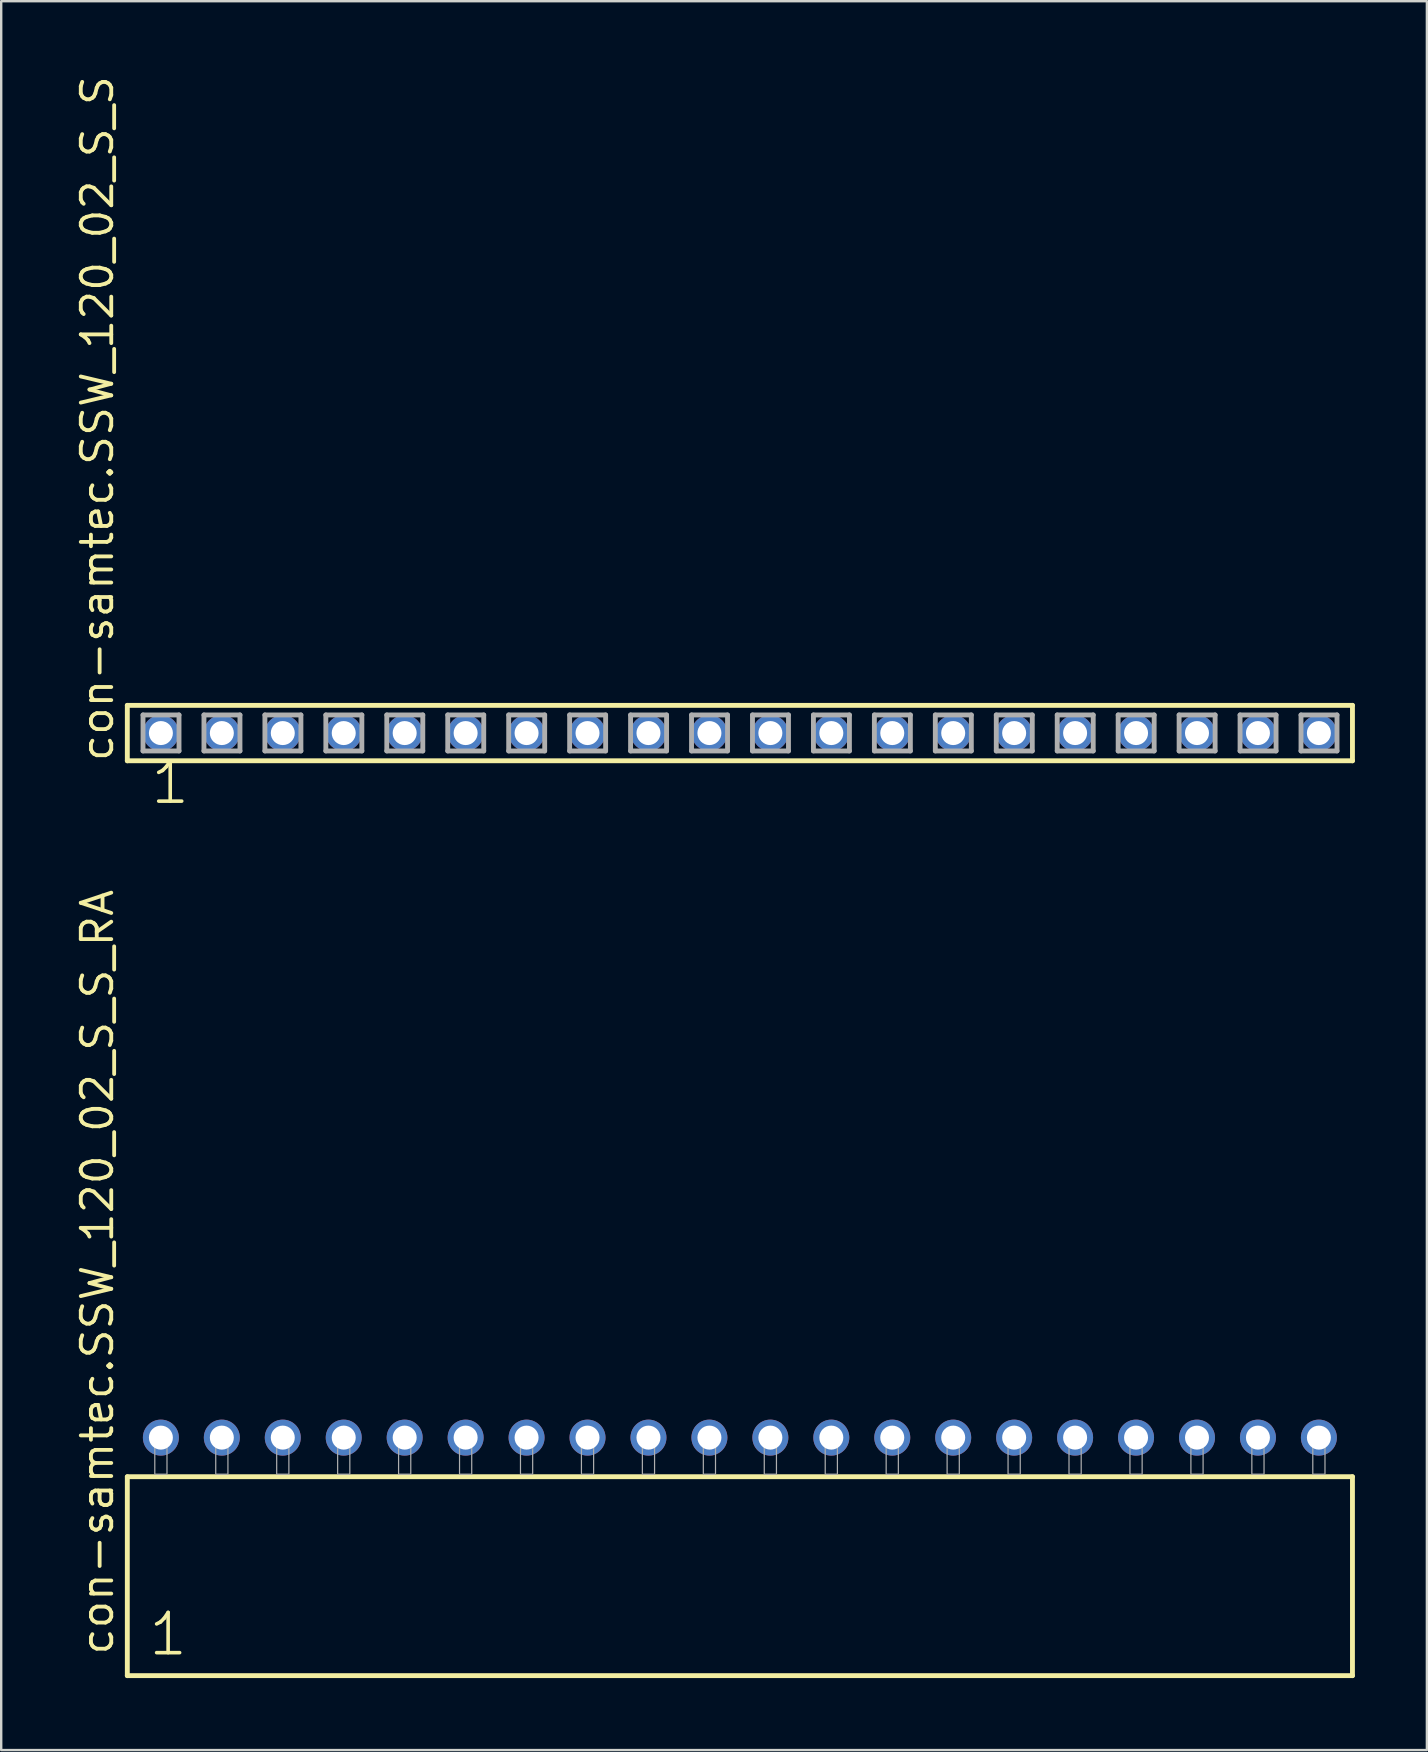
<source format=kicad_pcb>
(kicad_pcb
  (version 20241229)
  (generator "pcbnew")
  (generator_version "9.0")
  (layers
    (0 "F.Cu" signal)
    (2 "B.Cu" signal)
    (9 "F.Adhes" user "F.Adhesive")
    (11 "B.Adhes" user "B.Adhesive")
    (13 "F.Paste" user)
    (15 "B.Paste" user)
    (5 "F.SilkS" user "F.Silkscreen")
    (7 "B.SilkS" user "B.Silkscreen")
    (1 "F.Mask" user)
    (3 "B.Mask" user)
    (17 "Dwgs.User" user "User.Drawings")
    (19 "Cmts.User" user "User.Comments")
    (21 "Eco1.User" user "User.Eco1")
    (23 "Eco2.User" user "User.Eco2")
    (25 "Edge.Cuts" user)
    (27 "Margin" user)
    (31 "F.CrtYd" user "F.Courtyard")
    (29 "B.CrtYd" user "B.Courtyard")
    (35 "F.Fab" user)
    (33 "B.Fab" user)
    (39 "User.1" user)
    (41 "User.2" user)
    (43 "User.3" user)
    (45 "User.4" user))
  (footprint "con-samtec.SSW_120_02_S_S"
    (layer "F.Cu")
    (at 27.785 27.501)
    (property "Reference" "con-samtec.SSW_120_02_S_S" (at -26.035 1.27 90) (layer "F.SilkS") (effects (font (size 1.27 1.27) (thickness 0.16)) (justify left bottom)))
    (attr through_hole)
    (fp_line (start -25.529 -1.155) (end 25.529 -1.155) (stroke (width 0.203) (type default)) (layer "F.SilkS"))
    (fp_line (start -25.529 1.155) (end -25.529 -1.155) (stroke (width 0.203) (type default)) (layer "F.SilkS"))
    (fp_line (start 25.529 -1.155) (end 25.529 1.155) (stroke (width 0.203) (type default)) (layer "F.SilkS"))
    (fp_line (start 25.529 1.155) (end -25.529 1.155) (stroke (width 0.203) (type default)) (layer "F.SilkS"))
    (fp_line (start -24.875 -0.755) (end -23.375 -0.755) (stroke (width 0.203) (type default)) (layer "F.Fab"))
    (fp_line (start -24.875 0.745) (end -24.875 -0.755) (stroke (width 0.203) (type default)) (layer "F.Fab"))
    (fp_line (start -23.375 -0.755) (end -23.375 0.745) (stroke (width 0.203) (type default)) (layer "F.Fab"))
    (fp_line (start -23.375 0.745) (end -24.875 0.745) (stroke (width 0.203) (type default)) (layer "F.Fab"))
    (fp_line (start -22.335 -0.755) (end -20.835 -0.755) (stroke (width 0.203) (type default)) (layer "F.Fab"))
    (fp_line (start -22.335 0.745) (end -22.335 -0.755) (stroke (width 0.203) (type default)) (layer "F.Fab"))
    (fp_line (start -20.835 -0.755) (end -20.835 0.745) (stroke (width 0.203) (type default)) (layer "F.Fab"))
    (fp_line (start -20.835 0.745) (end -22.335 0.745) (stroke (width 0.203) (type default)) (layer "F.Fab"))
    (fp_line (start -19.795 -0.755) (end -18.295 -0.755) (stroke (width 0.203) (type default)) (layer "F.Fab"))
    (fp_line (start -19.795 0.745) (end -19.795 -0.755) (stroke (width 0.203) (type default)) (layer "F.Fab"))
    (fp_line (start -18.295 -0.755) (end -18.295 0.745) (stroke (width 0.203) (type default)) (layer "F.Fab"))
    (fp_line (start -18.295 0.745) (end -19.795 0.745) (stroke (width 0.203) (type default)) (layer "F.Fab"))
    (fp_line (start -17.255 -0.755) (end -15.755 -0.755) (stroke (width 0.203) (type default)) (layer "F.Fab"))
    (fp_line (start -17.255 0.745) (end -17.255 -0.755) (stroke (width 0.203) (type default)) (layer "F.Fab"))
    (fp_line (start -15.755 -0.755) (end -15.755 0.745) (stroke (width 0.203) (type default)) (layer "F.Fab"))
    (fp_line (start -15.755 0.745) (end -17.255 0.745) (stroke (width 0.203) (type default)) (layer "F.Fab"))
    (fp_line (start -14.715 -0.755) (end -13.215 -0.755) (stroke (width 0.203) (type default)) (layer "F.Fab"))
    (fp_line (start -14.715 0.745) (end -14.715 -0.755) (stroke (width 0.203) (type default)) (layer "F.Fab"))
    (fp_line (start -13.215 -0.755) (end -13.215 0.745) (stroke (width 0.203) (type default)) (layer "F.Fab"))
    (fp_line (start -13.215 0.745) (end -14.715 0.745) (stroke (width 0.203) (type default)) (layer "F.Fab"))
    (fp_line (start -12.175 -0.755) (end -10.675 -0.755) (stroke (width 0.203) (type default)) (layer "F.Fab"))
    (fp_line (start -12.175 0.745) (end -12.175 -0.755) (stroke (width 0.203) (type default)) (layer "F.Fab"))
    (fp_line (start -10.675 -0.755) (end -10.675 0.745) (stroke (width 0.203) (type default)) (layer "F.Fab"))
    (fp_line (start -10.675 0.745) (end -12.175 0.745) (stroke (width 0.203) (type default)) (layer "F.Fab"))
    (fp_line (start -9.635 -0.755) (end -8.135 -0.755) (stroke (width 0.203) (type default)) (layer "F.Fab"))
    (fp_line (start -9.635 0.745) (end -9.635 -0.755) (stroke (width 0.203) (type default)) (layer "F.Fab"))
    (fp_line (start -8.135 -0.755) (end -8.135 0.745) (stroke (width 0.203) (type default)) (layer "F.Fab"))
    (fp_line (start -8.135 0.745) (end -9.635 0.745) (stroke (width 0.203) (type default)) (layer "F.Fab"))
    (fp_line (start -7.095 -0.755) (end -5.595 -0.755) (stroke (width 0.203) (type default)) (layer "F.Fab"))
    (fp_line (start -7.095 0.745) (end -7.095 -0.755) (stroke (width 0.203) (type default)) (layer "F.Fab"))
    (fp_line (start -5.595 -0.755) (end -5.595 0.745) (stroke (width 0.203) (type default)) (layer "F.Fab"))
    (fp_line (start -5.595 0.745) (end -7.095 0.745) (stroke (width 0.203) (type default)) (layer "F.Fab"))
    (fp_line (start -4.555 -0.755) (end -3.055 -0.755) (stroke (width 0.203) (type default)) (layer "F.Fab"))
    (fp_line (start -4.555 0.745) (end -4.555 -0.755) (stroke (width 0.203) (type default)) (layer "F.Fab"))
    (fp_line (start -3.055 -0.755) (end -3.055 0.745) (stroke (width 0.203) (type default)) (layer "F.Fab"))
    (fp_line (start -3.055 0.745) (end -4.555 0.745) (stroke (width 0.203) (type default)) (layer "F.Fab"))
    (fp_line (start -2.015 -0.755) (end -0.515 -0.755) (stroke (width 0.203) (type default)) (layer "F.Fab"))
    (fp_line (start -2.015 0.745) (end -2.015 -0.755) (stroke (width 0.203) (type default)) (layer "F.Fab"))
    (fp_line (start -0.515 -0.755) (end -0.515 0.745) (stroke (width 0.203) (type default)) (layer "F.Fab"))
    (fp_line (start -0.515 0.745) (end -2.015 0.745) (stroke (width 0.203) (type default)) (layer "F.Fab"))
    (fp_line (start 0.525 -0.755) (end 2.025 -0.755) (stroke (width 0.203) (type default)) (layer "F.Fab"))
    (fp_line (start 0.525 0.745) (end 0.525 -0.755) (stroke (width 0.203) (type default)) (layer "F.Fab"))
    (fp_line (start 2.025 -0.755) (end 2.025 0.745) (stroke (width 0.203) (type default)) (layer "F.Fab"))
    (fp_line (start 2.025 0.745) (end 0.525 0.745) (stroke (width 0.203) (type default)) (layer "F.Fab"))
    (fp_line (start 3.065 -0.755) (end 4.565 -0.755) (stroke (width 0.203) (type default)) (layer "F.Fab"))
    (fp_line (start 3.065 0.745) (end 3.065 -0.755) (stroke (width 0.203) (type default)) (layer "F.Fab"))
    (fp_line (start 4.565 -0.755) (end 4.565 0.745) (stroke (width 0.203) (type default)) (layer "F.Fab"))
    (fp_line (start 4.565 0.745) (end 3.065 0.745) (stroke (width 0.203) (type default)) (layer "F.Fab"))
    (fp_line (start 5.605 -0.755) (end 7.105 -0.755) (stroke (width 0.203) (type default)) (layer "F.Fab"))
    (fp_line (start 5.605 0.745) (end 5.605 -0.755) (stroke (width 0.203) (type default)) (layer "F.Fab"))
    (fp_line (start 7.105 -0.755) (end 7.105 0.745) (stroke (width 0.203) (type default)) (layer "F.Fab"))
    (fp_line (start 7.105 0.745) (end 5.605 0.745) (stroke (width 0.203) (type default)) (layer "F.Fab"))
    (fp_line (start 8.145 -0.755) (end 9.645 -0.755) (stroke (width 0.203) (type default)) (layer "F.Fab"))
    (fp_line (start 8.145 0.745) (end 8.145 -0.755) (stroke (width 0.203) (type default)) (layer "F.Fab"))
    (fp_line (start 9.645 -0.755) (end 9.645 0.745) (stroke (width 0.203) (type default)) (layer "F.Fab"))
    (fp_line (start 9.645 0.745) (end 8.145 0.745) (stroke (width 0.203) (type default)) (layer "F.Fab"))
    (fp_line (start 10.685 -0.755) (end 12.185 -0.755) (stroke (width 0.203) (type default)) (layer "F.Fab"))
    (fp_line (start 10.685 0.745) (end 10.685 -0.755) (stroke (width 0.203) (type default)) (layer "F.Fab"))
    (fp_line (start 12.185 -0.755) (end 12.185 0.745) (stroke (width 0.203) (type default)) (layer "F.Fab"))
    (fp_line (start 12.185 0.745) (end 10.685 0.745) (stroke (width 0.203) (type default)) (layer "F.Fab"))
    (fp_line (start 13.225 -0.755) (end 14.725 -0.755) (stroke (width 0.203) (type default)) (layer "F.Fab"))
    (fp_line (start 13.225 0.745) (end 13.225 -0.755) (stroke (width 0.203) (type default)) (layer "F.Fab"))
    (fp_line (start 14.725 -0.755) (end 14.725 0.745) (stroke (width 0.203) (type default)) (layer "F.Fab"))
    (fp_line (start 14.725 0.745) (end 13.225 0.745) (stroke (width 0.203) (type default)) (layer "F.Fab"))
    (fp_line (start 15.765 -0.755) (end 17.265 -0.755) (stroke (width 0.203) (type default)) (layer "F.Fab"))
    (fp_line (start 15.765 0.745) (end 15.765 -0.755) (stroke (width 0.203) (type default)) (layer "F.Fab"))
    (fp_line (start 17.265 -0.755) (end 17.265 0.745) (stroke (width 0.203) (type default)) (layer "F.Fab"))
    (fp_line (start 17.265 0.745) (end 15.765 0.745) (stroke (width 0.203) (type default)) (layer "F.Fab"))
    (fp_line (start 18.305 -0.755) (end 19.805 -0.755) (stroke (width 0.203) (type default)) (layer "F.Fab"))
    (fp_line (start 18.305 0.745) (end 18.305 -0.755) (stroke (width 0.203) (type default)) (layer "F.Fab"))
    (fp_line (start 19.805 -0.755) (end 19.805 0.745) (stroke (width 0.203) (type default)) (layer "F.Fab"))
    (fp_line (start 19.805 0.745) (end 18.305 0.745) (stroke (width 0.203) (type default)) (layer "F.Fab"))
    (fp_line (start 20.845 -0.755) (end 22.345 -0.755) (stroke (width 0.203) (type default)) (layer "F.Fab"))
    (fp_line (start 20.845 0.745) (end 20.845 -0.755) (stroke (width 0.203) (type default)) (layer "F.Fab"))
    (fp_line (start 22.345 -0.755) (end 22.345 0.745) (stroke (width 0.203) (type default)) (layer "F.Fab"))
    (fp_line (start 22.345 0.745) (end 20.845 0.745) (stroke (width 0.203) (type default)) (layer "F.Fab"))
    (fp_line (start 23.385 -0.755) (end 24.885 -0.755) (stroke (width 0.203) (type default)) (layer "F.Fab"))
    (fp_line (start 23.385 0.745) (end 23.385 -0.755) (stroke (width 0.203) (type default)) (layer "F.Fab"))
    (fp_line (start 24.885 -0.755) (end 24.885 0.745) (stroke (width 0.203) (type default)) (layer "F.Fab"))
    (fp_line (start 24.885 0.745) (end 23.385 0.745) (stroke (width 0.203) (type default)) (layer "F.Fab"))
    (fp_text user "1" (at -24.638 3.048 0) (layer "F.SilkS") (effects (font (size 1.676 1.676) (thickness 0.15)) (justify left bottom)))
    (pad "1" thru_hole circle (at -24.13 0) (size 1.5 1.5) (drill 1) (layers "*.Cu" "*.Mask"))
    (pad "2" thru_hole circle (at -21.59 0) (size 1.5 1.5) (drill 1) (layers "*.Cu" "*.Mask"))
    (pad "3" thru_hole circle (at -19.05 0) (size 1.5 1.5) (drill 1) (layers "*.Cu" "*.Mask"))
    (pad "4" thru_hole circle (at -16.51 0) (size 1.5 1.5) (drill 1) (layers "*.Cu" "*.Mask"))
    (pad "5" thru_hole circle (at -13.97 0) (size 1.5 1.5) (drill 1) (layers "*.Cu" "*.Mask"))
    (pad "6" thru_hole circle (at -11.43 0) (size 1.5 1.5) (drill 1) (layers "*.Cu" "*.Mask"))
    (pad "7" thru_hole circle (at -8.89 0) (size 1.5 1.5) (drill 1) (layers "*.Cu" "*.Mask"))
    (pad "8" thru_hole circle (at -6.35 0) (size 1.5 1.5) (drill 1) (layers "*.Cu" "*.Mask"))
    (pad "9" thru_hole circle (at -3.81 0) (size 1.5 1.5) (drill 1) (layers "*.Cu" "*.Mask"))
    (pad "10" thru_hole circle (at -1.27 0) (size 1.5 1.5) (drill 1) (layers "*.Cu" "*.Mask"))
    (pad "11" thru_hole circle (at 1.27 0) (size 1.5 1.5) (drill 1) (layers "*.Cu" "*.Mask"))
    (pad "12" thru_hole circle (at 3.81 0) (size 1.5 1.5) (drill 1) (layers "*.Cu" "*.Mask"))
    (pad "13" thru_hole circle (at 6.35 0) (size 1.5 1.5) (drill 1) (layers "*.Cu" "*.Mask"))
    (pad "14" thru_hole circle (at 8.89 0) (size 1.5 1.5) (drill 1) (layers "*.Cu" "*.Mask"))
    (pad "15" thru_hole circle (at 11.43 0) (size 1.5 1.5) (drill 1) (layers "*.Cu" "*.Mask"))
    (pad "16" thru_hole circle (at 13.97 0) (size 1.5 1.5) (drill 1) (layers "*.Cu" "*.Mask"))
    (pad "17" thru_hole circle (at 16.51 0) (size 1.5 1.5) (drill 1) (layers "*.Cu" "*.Mask"))
    (pad "18" thru_hole circle (at 19.05 0) (size 1.5 1.5) (drill 1) (layers "*.Cu" "*.Mask"))
    (pad "19" thru_hole circle (at 21.59 0) (size 1.5 1.5) (drill 1) (layers "*.Cu" "*.Mask"))
    (pad "20" thru_hole circle (at 24.13 0) (size 1.5 1.5) (drill 1) (layers "*.Cu" "*.Mask")))
  (footprint "con-samtec.SSW_120_02_S_S_RA"
    (layer "F.Cu")
    (at 27.785 58.387)
    (property "Reference" "con-samtec.SSW_120_02_S_S_RA" (at -26.035 7.62 90) (layer "F.SilkS") (effects (font (size 1.27 1.27) (thickness 0.16)) (justify left bottom)))
    (attr through_hole)
    (fp_line (start -25.529 0.106) (end -25.529 8.396) (stroke (width 0.203) (type default)) (layer "F.SilkS"))
    (fp_line (start -25.529 8.396) (end 25.529 8.396) (stroke (width 0.203) (type default)) (layer "F.SilkS"))
    (fp_line (start 25.529 0.106) (end -25.529 0.106) (stroke (width 0.203) (type default)) (layer "F.SilkS"))
    (fp_line (start 25.529 8.396) (end 25.529 0.106) (stroke (width 0.203) (type default)) (layer "F.SilkS"))
    (fp_rect (start -24.384 0) (end -23.876 -1.778) (stroke (width 0.05) (type default)) (fill no) (layer "F.Fab"))
    (fp_rect (start -21.844 0) (end -21.336 -1.778) (stroke (width 0.05) (type default)) (fill no) (layer "F.Fab"))
    (fp_rect (start -19.304 0) (end -18.796 -1.778) (stroke (width 0.05) (type default)) (fill no) (layer "F.Fab"))
    (fp_rect (start -16.764 0) (end -16.256 -1.778) (stroke (width 0.05) (type default)) (fill no) (layer "F.Fab"))
    (fp_rect (start -14.224 0) (end -13.716 -1.778) (stroke (width 0.05) (type default)) (fill no) (layer "F.Fab"))
    (fp_rect (start -11.684 0) (end -11.176 -1.778) (stroke (width 0.05) (type default)) (fill no) (layer "F.Fab"))
    (fp_rect (start -9.144 0) (end -8.636 -1.778) (stroke (width 0.05) (type default)) (fill no) (layer "F.Fab"))
    (fp_rect (start -6.604 0) (end -6.096 -1.778) (stroke (width 0.05) (type default)) (fill no) (layer "F.Fab"))
    (fp_rect (start -4.064 0) (end -3.556 -1.778) (stroke (width 0.05) (type default)) (fill no) (layer "F.Fab"))
    (fp_rect (start -1.524 0) (end -1.016 -1.778) (stroke (width 0.05) (type default)) (fill no) (layer "F.Fab"))
    (fp_rect (start 1.016 0) (end 1.524 -1.778) (stroke (width 0.05) (type default)) (fill no) (layer "F.Fab"))
    (fp_rect (start 3.556 0) (end 4.064 -1.778) (stroke (width 0.05) (type default)) (fill no) (layer "F.Fab"))
    (fp_rect (start 6.096 0) (end 6.604 -1.778) (stroke (width 0.05) (type default)) (fill no) (layer "F.Fab"))
    (fp_rect (start 8.636 0) (end 9.144 -1.778) (stroke (width 0.05) (type default)) (fill no) (layer "F.Fab"))
    (fp_rect (start 11.176 0) (end 11.684 -1.778) (stroke (width 0.05) (type default)) (fill no) (layer "F.Fab"))
    (fp_rect (start 13.716 0) (end 14.224 -1.778) (stroke (width 0.05) (type default)) (fill no) (layer "F.Fab"))
    (fp_rect (start 16.256 0) (end 16.764 -1.778) (stroke (width 0.05) (type default)) (fill no) (layer "F.Fab"))
    (fp_rect (start 18.796 0) (end 19.304 -1.778) (stroke (width 0.05) (type default)) (fill no) (layer "F.Fab"))
    (fp_rect (start 21.336 0) (end 21.844 -1.778) (stroke (width 0.05) (type default)) (fill no) (layer "F.Fab"))
    (fp_rect (start 23.876 0) (end 24.384 -1.778) (stroke (width 0.05) (type default)) (fill no) (layer "F.Fab"))
    (fp_text user "1" (at -24.725 7.65 0) (layer "F.SilkS") (effects (font (size 1.676 1.676) (thickness 0.15)) (justify left bottom)))
    (pad "1" thru_hole circle (at -24.13 -1.524) (size 1.5 1.5) (drill 1) (layers "*.Cu" "*.Mask"))
    (pad "2" thru_hole circle (at -21.59 -1.524) (size 1.5 1.5) (drill 1) (layers "*.Cu" "*.Mask"))
    (pad "3" thru_hole circle (at -19.05 -1.524) (size 1.5 1.5) (drill 1) (layers "*.Cu" "*.Mask"))
    (pad "4" thru_hole circle (at -16.51 -1.524) (size 1.5 1.5) (drill 1) (layers "*.Cu" "*.Mask"))
    (pad "5" thru_hole circle (at -13.97 -1.524) (size 1.5 1.5) (drill 1) (layers "*.Cu" "*.Mask"))
    (pad "6" thru_hole circle (at -11.43 -1.524) (size 1.5 1.5) (drill 1) (layers "*.Cu" "*.Mask"))
    (pad "7" thru_hole circle (at -8.89 -1.524) (size 1.5 1.5) (drill 1) (layers "*.Cu" "*.Mask"))
    (pad "8" thru_hole circle (at -6.35 -1.524) (size 1.5 1.5) (drill 1) (layers "*.Cu" "*.Mask"))
    (pad "9" thru_hole circle (at -3.81 -1.524) (size 1.5 1.5) (drill 1) (layers "*.Cu" "*.Mask"))
    (pad "10" thru_hole circle (at -1.27 -1.524) (size 1.5 1.5) (drill 1) (layers "*.Cu" "*.Mask"))
    (pad "11" thru_hole circle (at 1.27 -1.524) (size 1.5 1.5) (drill 1) (layers "*.Cu" "*.Mask"))
    (pad "12" thru_hole circle (at 3.81 -1.524) (size 1.5 1.5) (drill 1) (layers "*.Cu" "*.Mask"))
    (pad "13" thru_hole circle (at 6.35 -1.524) (size 1.5 1.5) (drill 1) (layers "*.Cu" "*.Mask"))
    (pad "14" thru_hole circle (at 8.89 -1.524) (size 1.5 1.5) (drill 1) (layers "*.Cu" "*.Mask"))
    (pad "15" thru_hole circle (at 11.43 -1.524) (size 1.5 1.5) (drill 1) (layers "*.Cu" "*.Mask"))
    (pad "16" thru_hole circle (at 13.97 -1.524) (size 1.5 1.5) (drill 1) (layers "*.Cu" "*.Mask"))
    (pad "17" thru_hole circle (at 16.51 -1.524) (size 1.5 1.5) (drill 1) (layers "*.Cu" "*.Mask"))
    (pad "18" thru_hole circle (at 19.05 -1.524) (size 1.5 1.5) (drill 1) (layers "*.Cu" "*.Mask"))
    (pad "19" thru_hole circle (at 21.59 -1.524) (size 1.5 1.5) (drill 1) (layers "*.Cu" "*.Mask"))
    (pad "20" thru_hole circle (at 24.13 -1.524) (size 1.5 1.5) (drill 1) (layers "*.Cu" "*.Mask")))
  (gr_rect
    (start -3 -3)
    (end 56.416 69.885)
    (stroke (width 0.1) (type default))
    (fill no)
    (layer "Edge.Cuts")))
</source>
